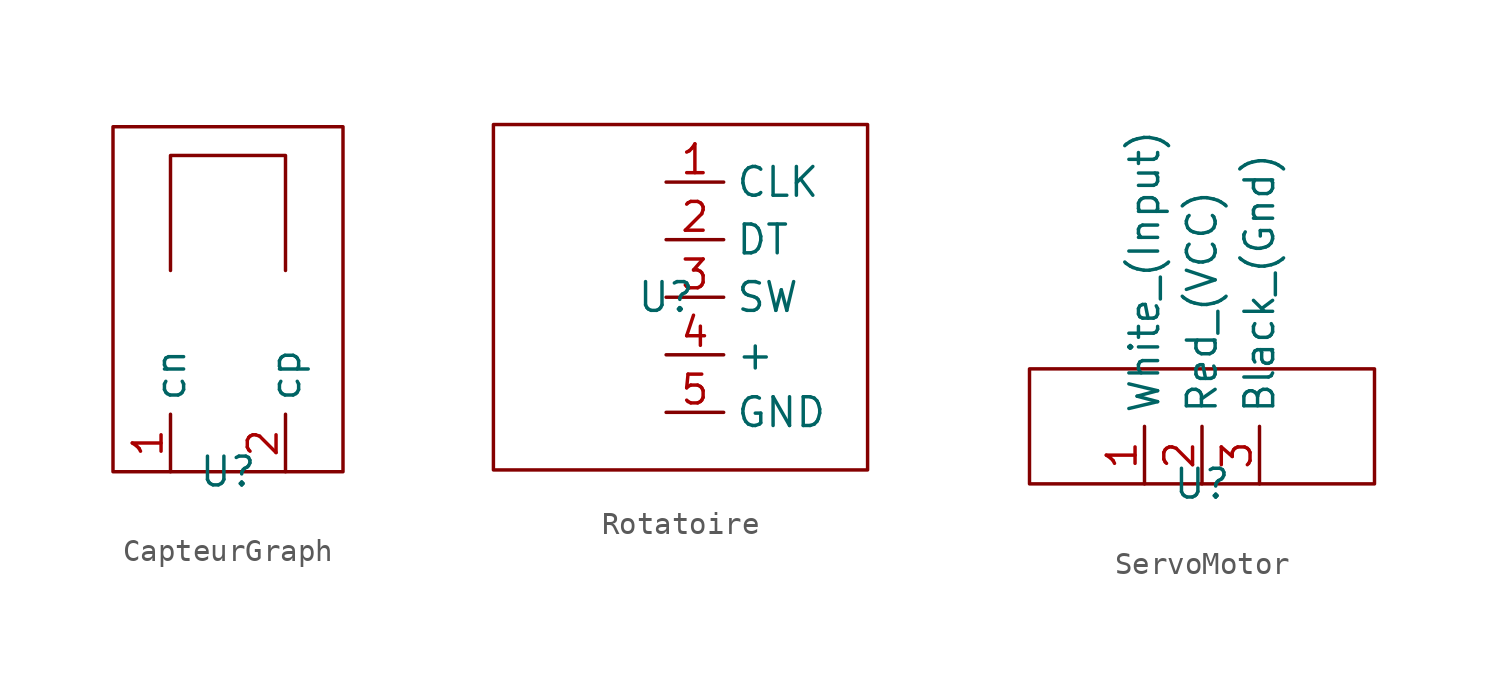
<source format=kicad_sym>
(kicad_symbol_lib
  (version 20241209)
  (generator "kicad_symbol_editor")
  (generator_version "9.0")
  (symbol "CapteurGraph"
    (property "Reference" "U"
      (at 0 0 0)
      (effects (font (size 1.27 1.27))))
    (property "Value" ""
      (at 0 0 0)
      (effects (font (size 1.27 1.27))))
    (symbol "CapteurGraph_0_1"
      (rectangle (start -5.08 15.24) (end 5.08 0) (stroke (width 0) (type default)) (fill (type none)))
      (polyline (pts (xy -2.54 8.89) (xy -2.54 13.97) (xy 2.54 13.97) (xy 2.54 8.89)) (stroke (width 0) (type default)) (fill (type none))))
    (symbol "CapteurGraph_1_1"
      (pin input line (at -2.54 0 90) (length 2.54) (name "cn" (effects (font (size 1.27 1.27)))) (number "1" (effects (font (size 1.27 1.27)))))
      (pin input line (at 2.54 0 90) (length 2.54) (name "cp" (effects (font (size 1.27 1.27)))) (number "2" (effects (font (size 1.27 1.27)))))))
  (symbol "Rotatoire"
    (property "Reference" "U"
      (at 0 0 0)
      (effects (font (size 1.27 1.27))))
    (property "Value" ""
      (at 0 0 0)
      (effects (font (size 1.27 1.27))))
    (symbol "Rotatoire_0_1"
      (rectangle (start -7.62 7.62) (end 8.89 -7.62) (stroke (width 0) (type default)) (fill (type none))))
    (symbol "Rotatoire_1_1"
      (pin input line (at 0 5.08 0) (length 2.54) (name "CLK" (effects (font (size 1.27 1.27)))) (number "1" (effects (font (size 1.27 1.27)))))
      (pin input line (at 0 2.54 0) (length 2.54) (name "DT" (effects (font (size 1.27 1.27)))) (number "2" (effects (font (size 1.27 1.27)))))
      (pin input line (at 0 0 0) (length 2.54) (name "SW" (effects (font (size 1.27 1.27)))) (number "3" (effects (font (size 1.27 1.27)))))
      (pin input line (at 0 -2.54 0) (length 2.54) (name "+" (effects (font (size 1.27 1.27)))) (number "4" (effects (font (size 1.27 1.27)))))
      (pin input line (at 0 -5.08 0) (length 2.54) (name "GND" (effects (font (size 1.27 1.27)))) (number "5" (effects (font (size 1.27 1.27)))))))
  (symbol "ServoMotor"
    (property "Reference" "U"
      (at 0 0 0)
      (effects (font (size 1.27 1.27))))
    (property "Value" ""
      (at 0 0 0)
      (effects (font (size 1.27 1.27))))
    (symbol "ServoMotor_0_1"
      (rectangle (start -7.62 0) (end 7.62 5.08) (stroke (width 0) (type default)) (fill (type none))))
    (symbol "ServoMotor_1_1"
      (pin input line (at -2.54 0 90) (length 2.54) (name "White_(Input)" (effects (font (size 1.27 1.27)))) (number "1" (effects (font (size 1.27 1.27)))))
      (pin input line (at 0 0 90) (length 2.54) (name "Red_(VCC)" (effects (font (size 1.27 1.27)))) (number "2" (effects (font (size 1.27 1.27)))))
      (pin input line (at 2.54 0 90) (length 2.54) (name "Black_(Gnd)" (effects (font (size 1.27 1.27)))) (number "3" (effects (font (size 1.27 1.27))))))))
</source>
